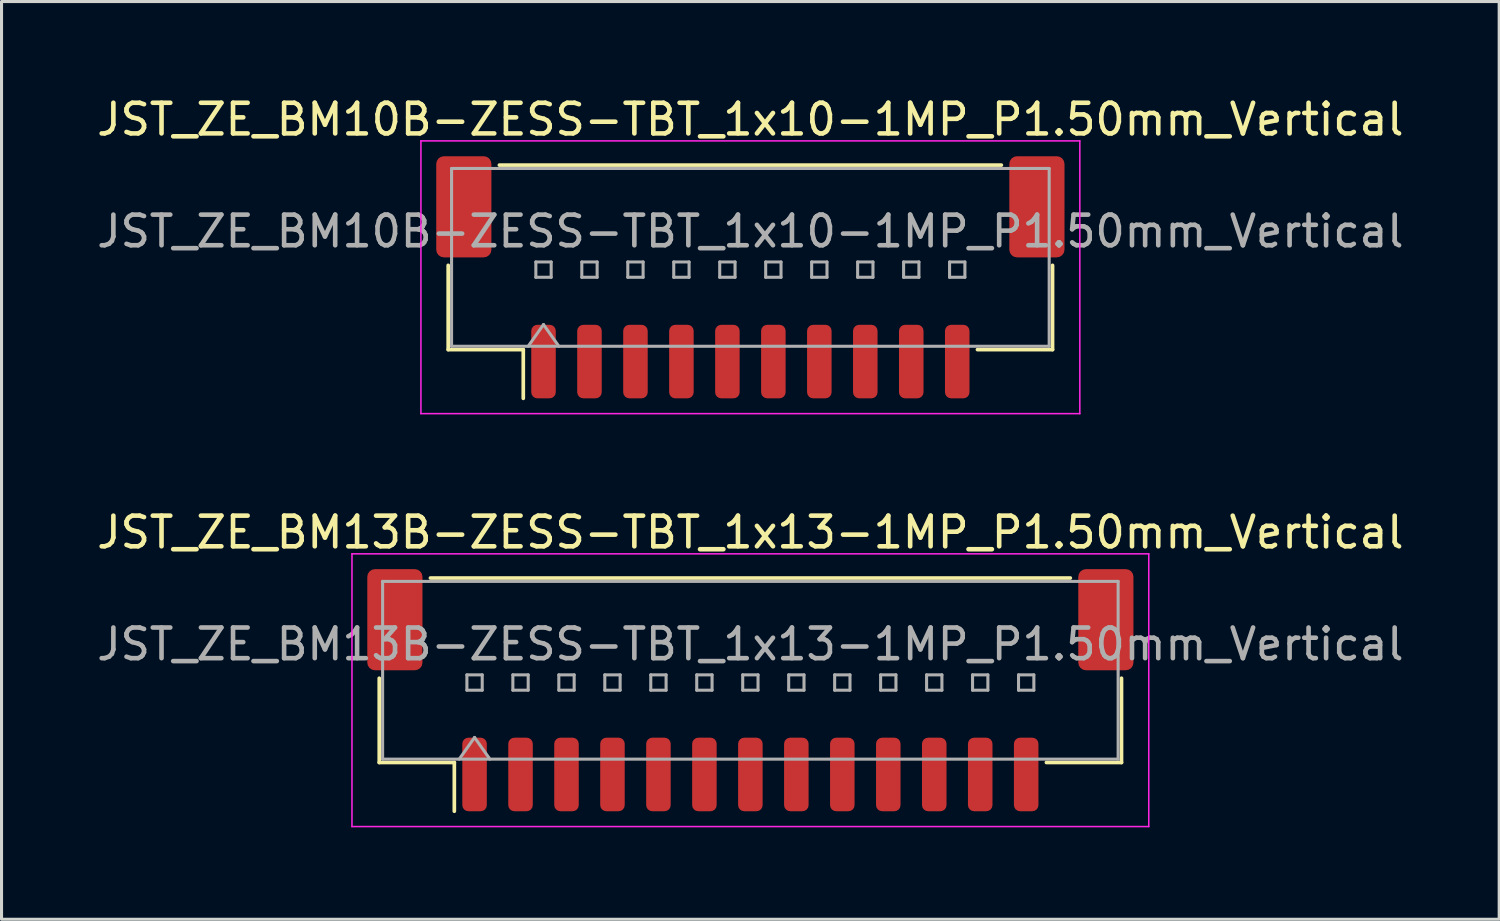
<source format=kicad_pcb>
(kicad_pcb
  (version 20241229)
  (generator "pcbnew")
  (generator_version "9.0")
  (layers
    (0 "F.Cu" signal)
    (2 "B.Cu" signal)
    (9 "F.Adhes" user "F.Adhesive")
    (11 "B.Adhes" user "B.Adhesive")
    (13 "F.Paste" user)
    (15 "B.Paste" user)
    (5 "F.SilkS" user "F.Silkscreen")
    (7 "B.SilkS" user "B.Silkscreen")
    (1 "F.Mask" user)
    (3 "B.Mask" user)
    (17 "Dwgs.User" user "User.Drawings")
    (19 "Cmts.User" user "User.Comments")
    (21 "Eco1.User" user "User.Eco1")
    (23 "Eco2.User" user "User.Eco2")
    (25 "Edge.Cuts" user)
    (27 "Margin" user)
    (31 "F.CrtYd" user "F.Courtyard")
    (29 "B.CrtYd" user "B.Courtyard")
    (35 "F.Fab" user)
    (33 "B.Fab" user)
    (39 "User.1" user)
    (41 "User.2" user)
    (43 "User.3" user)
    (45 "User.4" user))
  (footprint "JST_ZE_BM10B-ZESS-TBT_1x10-1MP_P1.50mm_Vertical"
    (layer "F.Cu")
    (at 21.435 5.998)
    (property "Reference" "JST_ZE_BM10B-ZESS-TBT_1x10-1MP_P1.50mm_Vertical" (at 0 -5.15 0) (layer "F.SilkS") (effects (font (size 1 1) (thickness 0.15))))
    (attr smd)
    (fp_line (start -9.86 -0.39) (end -9.86 2.36) (stroke (width 0.12) (type solid)) (layer "F.SilkS"))
    (fp_line (start -9.86 2.36) (end -7.41 2.36) (stroke (width 0.12) (type solid)) (layer "F.SilkS"))
    (fp_line (start -8.19 -3.66) (end 8.19 -3.66) (stroke (width 0.12) (type solid)) (layer "F.SilkS"))
    (fp_line (start -7.41 2.36) (end -7.41 3.95) (stroke (width 0.12) (type solid)) (layer "F.SilkS"))
    (fp_line (start 9.86 -0.39) (end 9.86 2.36) (stroke (width 0.12) (type solid)) (layer "F.SilkS"))
    (fp_line (start 9.86 2.36) (end 7.41 2.36) (stroke (width 0.12) (type solid)) (layer "F.SilkS"))
    (fp_line (start -10.75 -4.45) (end -10.75 4.45) (stroke (width 0.05) (type solid)) (layer "F.CrtYd"))
    (fp_line (start -10.75 4.45) (end 10.75 4.45) (stroke (width 0.05) (type solid)) (layer "F.CrtYd"))
    (fp_line (start 10.75 -4.45) (end -10.75 -4.45) (stroke (width 0.05) (type solid)) (layer "F.CrtYd"))
    (fp_line (start 10.75 4.45) (end 10.75 -4.45) (stroke (width 0.05) (type solid)) (layer "F.CrtYd"))
    (fp_line (start -9.75 -3.55) (end 9.75 -3.55) (stroke (width 0.1) (type solid)) (layer "F.Fab"))
    (fp_line (start -9.75 2.25) (end -9.75 -3.55) (stroke (width 0.1) (type solid)) (layer "F.Fab"))
    (fp_line (start -9.75 2.25) (end 9.75 2.25) (stroke (width 0.1) (type solid)) (layer "F.Fab"))
    (fp_line (start -7.25 2.25) (end -6.75 1.543) (stroke (width 0.1) (type solid)) (layer "F.Fab"))
    (fp_line (start -7 -0.5) (end -7 0) (stroke (width 0.1) (type solid)) (layer "F.Fab"))
    (fp_line (start -7 0) (end -6.5 0) (stroke (width 0.1) (type solid)) (layer "F.Fab"))
    (fp_line (start -6.75 1.543) (end -6.25 2.25) (stroke (width 0.1) (type solid)) (layer "F.Fab"))
    (fp_line (start -6.5 -0.5) (end -7 -0.5) (stroke (width 0.1) (type solid)) (layer "F.Fab"))
    (fp_line (start -6.5 0) (end -6.5 -0.5) (stroke (width 0.1) (type solid)) (layer "F.Fab"))
    (fp_line (start -5.5 -0.5) (end -5.5 0) (stroke (width 0.1) (type solid)) (layer "F.Fab"))
    (fp_line (start -5.5 0) (end -5 0) (stroke (width 0.1) (type solid)) (layer "F.Fab"))
    (fp_line (start -5 -0.5) (end -5.5 -0.5) (stroke (width 0.1) (type solid)) (layer "F.Fab"))
    (fp_line (start -5 0) (end -5 -0.5) (stroke (width 0.1) (type solid)) (layer "F.Fab"))
    (fp_line (start -4 -0.5) (end -4 0) (stroke (width 0.1) (type solid)) (layer "F.Fab"))
    (fp_line (start -4 0) (end -3.5 0) (stroke (width 0.1) (type solid)) (layer "F.Fab"))
    (fp_line (start -3.5 -0.5) (end -4 -0.5) (stroke (width 0.1) (type solid)) (layer "F.Fab"))
    (fp_line (start -3.5 0) (end -3.5 -0.5) (stroke (width 0.1) (type solid)) (layer "F.Fab"))
    (fp_line (start -2.5 -0.5) (end -2.5 0) (stroke (width 0.1) (type solid)) (layer "F.Fab"))
    (fp_line (start -2.5 0) (end -2 0) (stroke (width 0.1) (type solid)) (layer "F.Fab"))
    (fp_line (start -2 -0.5) (end -2.5 -0.5) (stroke (width 0.1) (type solid)) (layer "F.Fab"))
    (fp_line (start -2 0) (end -2 -0.5) (stroke (width 0.1) (type solid)) (layer "F.Fab"))
    (fp_line (start -1 -0.5) (end -1 0) (stroke (width 0.1) (type solid)) (layer "F.Fab"))
    (fp_line (start -1 0) (end -0.5 0) (stroke (width 0.1) (type solid)) (layer "F.Fab"))
    (fp_line (start -0.5 -0.5) (end -1 -0.5) (stroke (width 0.1) (type solid)) (layer "F.Fab"))
    (fp_line (start -0.5 0) (end -0.5 -0.5) (stroke (width 0.1) (type solid)) (layer "F.Fab"))
    (fp_line (start 0.5 -0.5) (end 0.5 0) (stroke (width 0.1) (type solid)) (layer "F.Fab"))
    (fp_line (start 0.5 0) (end 1 0) (stroke (width 0.1) (type solid)) (layer "F.Fab"))
    (fp_line (start 1 -0.5) (end 0.5 -0.5) (stroke (width 0.1) (type solid)) (layer "F.Fab"))
    (fp_line (start 1 0) (end 1 -0.5) (stroke (width 0.1) (type solid)) (layer "F.Fab"))
    (fp_line (start 2 -0.5) (end 2 0) (stroke (width 0.1) (type solid)) (layer "F.Fab"))
    (fp_line (start 2 0) (end 2.5 0) (stroke (width 0.1) (type solid)) (layer "F.Fab"))
    (fp_line (start 2.5 -0.5) (end 2 -0.5) (stroke (width 0.1) (type solid)) (layer "F.Fab"))
    (fp_line (start 2.5 0) (end 2.5 -0.5) (stroke (width 0.1) (type solid)) (layer "F.Fab"))
    (fp_line (start 3.5 -0.5) (end 3.5 0) (stroke (width 0.1) (type solid)) (layer "F.Fab"))
    (fp_line (start 3.5 0) (end 4 0) (stroke (width 0.1) (type solid)) (layer "F.Fab"))
    (fp_line (start 4 -0.5) (end 3.5 -0.5) (stroke (width 0.1) (type solid)) (layer "F.Fab"))
    (fp_line (start 4 0) (end 4 -0.5) (stroke (width 0.1) (type solid)) (layer "F.Fab"))
    (fp_line (start 5 -0.5) (end 5 0) (stroke (width 0.1) (type solid)) (layer "F.Fab"))
    (fp_line (start 5 0) (end 5.5 0) (stroke (width 0.1) (type solid)) (layer "F.Fab"))
    (fp_line (start 5.5 -0.5) (end 5 -0.5) (stroke (width 0.1) (type solid)) (layer "F.Fab"))
    (fp_line (start 5.5 0) (end 5.5 -0.5) (stroke (width 0.1) (type solid)) (layer "F.Fab"))
    (fp_line (start 6.5 -0.5) (end 6.5 0) (stroke (width 0.1) (type solid)) (layer "F.Fab"))
    (fp_line (start 6.5 0) (end 7 0) (stroke (width 0.1) (type solid)) (layer "F.Fab"))
    (fp_line (start 7 -0.5) (end 6.5 -0.5) (stroke (width 0.1) (type solid)) (layer "F.Fab"))
    (fp_line (start 7 0) (end 7 -0.5) (stroke (width 0.1) (type solid)) (layer "F.Fab"))
    (fp_line (start 9.75 2.25) (end 9.75 -3.55) (stroke (width 0.1) (type solid)) (layer "F.Fab"))
    (fp_text user "${REFERENCE}" (at 0 -1.5 0) (layer "F.Fab") (effects (font (size 1 1) (thickness 0.15))))
    (pad "1" smd roundrect (at -6.75 2.75) (size 0.8 2.4) (layers "F.Cu" "F.Mask" "F.Paste") (roundrect_rratio 0.25))
    (pad "2" smd roundrect (at -5.25 2.75) (size 0.8 2.4) (layers "F.Cu" "F.Mask" "F.Paste") (roundrect_rratio 0.25))
    (pad "3" smd roundrect (at -3.75 2.75) (size 0.8 2.4) (layers "F.Cu" "F.Mask" "F.Paste") (roundrect_rratio 0.25))
    (pad "4" smd roundrect (at -2.25 2.75) (size 0.8 2.4) (layers "F.Cu" "F.Mask" "F.Paste") (roundrect_rratio 0.25))
    (pad "5" smd roundrect (at -0.75 2.75) (size 0.8 2.4) (layers "F.Cu" "F.Mask" "F.Paste") (roundrect_rratio 0.25))
    (pad "6" smd roundrect (at 0.75 2.75) (size 0.8 2.4) (layers "F.Cu" "F.Mask" "F.Paste") (roundrect_rratio 0.25))
    (pad "7" smd roundrect (at 2.25 2.75) (size 0.8 2.4) (layers "F.Cu" "F.Mask" "F.Paste") (roundrect_rratio 0.25))
    (pad "8" smd roundrect (at 3.75 2.75) (size 0.8 2.4) (layers "F.Cu" "F.Mask" "F.Paste") (roundrect_rratio 0.25))
    (pad "9" smd roundrect (at 5.25 2.75) (size 0.8 2.4) (layers "F.Cu" "F.Mask" "F.Paste") (roundrect_rratio 0.25))
    (pad "10" smd roundrect (at 6.75 2.75) (size 0.8 2.4) (layers "F.Cu" "F.Mask" "F.Paste") (roundrect_rratio 0.25))
    (pad "MP" smd roundrect (at -9.35 -2.3) (size 1.8 3.3) (layers "F.Cu" "F.Mask" "F.Paste") (roundrect_rratio 0.139))
    (pad "MP" smd roundrect (at 9.35 -2.3) (size 1.8 3.3) (layers "F.Cu" "F.Mask" "F.Paste") (roundrect_rratio 0.139)))
  (footprint "JST_ZE_BM13B-ZESS-TBT_1x13-1MP_P1.50mm_Vertical"
    (layer "F.Cu")
    (at 21.435 19.471)
    (property "Reference" "JST_ZE_BM13B-ZESS-TBT_1x13-1MP_P1.50mm_Vertical" (at 0 -5.15 0) (layer "F.SilkS") (effects (font (size 1 1) (thickness 0.15))))
    (attr smd)
    (fp_line (start -12.11 -0.39) (end -12.11 2.36) (stroke (width 0.12) (type solid)) (layer "F.SilkS"))
    (fp_line (start -12.11 2.36) (end -9.66 2.36) (stroke (width 0.12) (type solid)) (layer "F.SilkS"))
    (fp_line (start -10.44 -3.66) (end 10.44 -3.66) (stroke (width 0.12) (type solid)) (layer "F.SilkS"))
    (fp_line (start -9.66 2.36) (end -9.66 3.95) (stroke (width 0.12) (type solid)) (layer "F.SilkS"))
    (fp_line (start 12.11 -0.39) (end 12.11 2.36) (stroke (width 0.12) (type solid)) (layer "F.SilkS"))
    (fp_line (start 12.11 2.36) (end 9.66 2.36) (stroke (width 0.12) (type solid)) (layer "F.SilkS"))
    (fp_line (start -13 -4.45) (end -13 4.45) (stroke (width 0.05) (type solid)) (layer "F.CrtYd"))
    (fp_line (start -13 4.45) (end 13 4.45) (stroke (width 0.05) (type solid)) (layer "F.CrtYd"))
    (fp_line (start 13 -4.45) (end -13 -4.45) (stroke (width 0.05) (type solid)) (layer "F.CrtYd"))
    (fp_line (start 13 4.45) (end 13 -4.45) (stroke (width 0.05) (type solid)) (layer "F.CrtYd"))
    (fp_line (start -12 -3.55) (end 12 -3.55) (stroke (width 0.1) (type solid)) (layer "F.Fab"))
    (fp_line (start -12 2.25) (end -12 -3.55) (stroke (width 0.1) (type solid)) (layer "F.Fab"))
    (fp_line (start -12 2.25) (end 12 2.25) (stroke (width 0.1) (type solid)) (layer "F.Fab"))
    (fp_line (start -9.5 2.25) (end -9 1.543) (stroke (width 0.1) (type solid)) (layer "F.Fab"))
    (fp_line (start -9.25 -0.5) (end -9.25 0) (stroke (width 0.1) (type solid)) (layer "F.Fab"))
    (fp_line (start -9.25 0) (end -8.75 0) (stroke (width 0.1) (type solid)) (layer "F.Fab"))
    (fp_line (start -9 1.543) (end -8.5 2.25) (stroke (width 0.1) (type solid)) (layer "F.Fab"))
    (fp_line (start -8.75 -0.5) (end -9.25 -0.5) (stroke (width 0.1) (type solid)) (layer "F.Fab"))
    (fp_line (start -8.75 0) (end -8.75 -0.5) (stroke (width 0.1) (type solid)) (layer "F.Fab"))
    (fp_line (start -7.75 -0.5) (end -7.75 0) (stroke (width 0.1) (type solid)) (layer "F.Fab"))
    (fp_line (start -7.75 0) (end -7.25 0) (stroke (width 0.1) (type solid)) (layer "F.Fab"))
    (fp_line (start -7.25 -0.5) (end -7.75 -0.5) (stroke (width 0.1) (type solid)) (layer "F.Fab"))
    (fp_line (start -7.25 0) (end -7.25 -0.5) (stroke (width 0.1) (type solid)) (layer "F.Fab"))
    (fp_line (start -6.25 -0.5) (end -6.25 0) (stroke (width 0.1) (type solid)) (layer "F.Fab"))
    (fp_line (start -6.25 0) (end -5.75 0) (stroke (width 0.1) (type solid)) (layer "F.Fab"))
    (fp_line (start -5.75 -0.5) (end -6.25 -0.5) (stroke (width 0.1) (type solid)) (layer "F.Fab"))
    (fp_line (start -5.75 0) (end -5.75 -0.5) (stroke (width 0.1) (type solid)) (layer "F.Fab"))
    (fp_line (start -4.75 -0.5) (end -4.75 0) (stroke (width 0.1) (type solid)) (layer "F.Fab"))
    (fp_line (start -4.75 0) (end -4.25 0) (stroke (width 0.1) (type solid)) (layer "F.Fab"))
    (fp_line (start -4.25 -0.5) (end -4.75 -0.5) (stroke (width 0.1) (type solid)) (layer "F.Fab"))
    (fp_line (start -4.25 0) (end -4.25 -0.5) (stroke (width 0.1) (type solid)) (layer "F.Fab"))
    (fp_line (start -3.25 -0.5) (end -3.25 0) (stroke (width 0.1) (type solid)) (layer "F.Fab"))
    (fp_line (start -3.25 0) (end -2.75 0) (stroke (width 0.1) (type solid)) (layer "F.Fab"))
    (fp_line (start -2.75 -0.5) (end -3.25 -0.5) (stroke (width 0.1) (type solid)) (layer "F.Fab"))
    (fp_line (start -2.75 0) (end -2.75 -0.5) (stroke (width 0.1) (type solid)) (layer "F.Fab"))
    (fp_line (start -1.75 -0.5) (end -1.75 0) (stroke (width 0.1) (type solid)) (layer "F.Fab"))
    (fp_line (start -1.75 0) (end -1.25 0) (stroke (width 0.1) (type solid)) (layer "F.Fab"))
    (fp_line (start -1.25 -0.5) (end -1.75 -0.5) (stroke (width 0.1) (type solid)) (layer "F.Fab"))
    (fp_line (start -1.25 0) (end -1.25 -0.5) (stroke (width 0.1) (type solid)) (layer "F.Fab"))
    (fp_line (start -0.25 -0.5) (end -0.25 0) (stroke (width 0.1) (type solid)) (layer "F.Fab"))
    (fp_line (start -0.25 0) (end 0.25 0) (stroke (width 0.1) (type solid)) (layer "F.Fab"))
    (fp_line (start 0.25 -0.5) (end -0.25 -0.5) (stroke (width 0.1) (type solid)) (layer "F.Fab"))
    (fp_line (start 0.25 0) (end 0.25 -0.5) (stroke (width 0.1) (type solid)) (layer "F.Fab"))
    (fp_line (start 1.25 -0.5) (end 1.25 0) (stroke (width 0.1) (type solid)) (layer "F.Fab"))
    (fp_line (start 1.25 0) (end 1.75 0) (stroke (width 0.1) (type solid)) (layer "F.Fab"))
    (fp_line (start 1.75 -0.5) (end 1.25 -0.5) (stroke (width 0.1) (type solid)) (layer "F.Fab"))
    (fp_line (start 1.75 0) (end 1.75 -0.5) (stroke (width 0.1) (type solid)) (layer "F.Fab"))
    (fp_line (start 2.75 -0.5) (end 2.75 0) (stroke (width 0.1) (type solid)) (layer "F.Fab"))
    (fp_line (start 2.75 0) (end 3.25 0) (stroke (width 0.1) (type solid)) (layer "F.Fab"))
    (fp_line (start 3.25 -0.5) (end 2.75 -0.5) (stroke (width 0.1) (type solid)) (layer "F.Fab"))
    (fp_line (start 3.25 0) (end 3.25 -0.5) (stroke (width 0.1) (type solid)) (layer "F.Fab"))
    (fp_line (start 4.25 -0.5) (end 4.25 0) (stroke (width 0.1) (type solid)) (layer "F.Fab"))
    (fp_line (start 4.25 0) (end 4.75 0) (stroke (width 0.1) (type solid)) (layer "F.Fab"))
    (fp_line (start 4.75 -0.5) (end 4.25 -0.5) (stroke (width 0.1) (type solid)) (layer "F.Fab"))
    (fp_line (start 4.75 0) (end 4.75 -0.5) (stroke (width 0.1) (type solid)) (layer "F.Fab"))
    (fp_line (start 5.75 -0.5) (end 5.75 0) (stroke (width 0.1) (type solid)) (layer "F.Fab"))
    (fp_line (start 5.75 0) (end 6.25 0) (stroke (width 0.1) (type solid)) (layer "F.Fab"))
    (fp_line (start 6.25 -0.5) (end 5.75 -0.5) (stroke (width 0.1) (type solid)) (layer "F.Fab"))
    (fp_line (start 6.25 0) (end 6.25 -0.5) (stroke (width 0.1) (type solid)) (layer "F.Fab"))
    (fp_line (start 7.25 -0.5) (end 7.25 0) (stroke (width 0.1) (type solid)) (layer "F.Fab"))
    (fp_line (start 7.25 0) (end 7.75 0) (stroke (width 0.1) (type solid)) (layer "F.Fab"))
    (fp_line (start 7.75 -0.5) (end 7.25 -0.5) (stroke (width 0.1) (type solid)) (layer "F.Fab"))
    (fp_line (start 7.75 0) (end 7.75 -0.5) (stroke (width 0.1) (type solid)) (layer "F.Fab"))
    (fp_line (start 8.75 -0.5) (end 8.75 0) (stroke (width 0.1) (type solid)) (layer "F.Fab"))
    (fp_line (start 8.75 0) (end 9.25 0) (stroke (width 0.1) (type solid)) (layer "F.Fab"))
    (fp_line (start 9.25 -0.5) (end 8.75 -0.5) (stroke (width 0.1) (type solid)) (layer "F.Fab"))
    (fp_line (start 9.25 0) (end 9.25 -0.5) (stroke (width 0.1) (type solid)) (layer "F.Fab"))
    (fp_line (start 12 2.25) (end 12 -3.55) (stroke (width 0.1) (type solid)) (layer "F.Fab"))
    (fp_text user "${REFERENCE}" (at 0 -1.5 0) (layer "F.Fab") (effects (font (size 1 1) (thickness 0.15))))
    (pad "1" smd roundrect (at -9 2.75) (size 0.8 2.4) (layers "F.Cu" "F.Mask" "F.Paste") (roundrect_rratio 0.25))
    (pad "2" smd roundrect (at -7.5 2.75) (size 0.8 2.4) (layers "F.Cu" "F.Mask" "F.Paste") (roundrect_rratio 0.25))
    (pad "3" smd roundrect (at -6 2.75) (size 0.8 2.4) (layers "F.Cu" "F.Mask" "F.Paste") (roundrect_rratio 0.25))
    (pad "4" smd roundrect (at -4.5 2.75) (size 0.8 2.4) (layers "F.Cu" "F.Mask" "F.Paste") (roundrect_rratio 0.25))
    (pad "5" smd roundrect (at -3 2.75) (size 0.8 2.4) (layers "F.Cu" "F.Mask" "F.Paste") (roundrect_rratio 0.25))
    (pad "6" smd roundrect (at -1.5 2.75) (size 0.8 2.4) (layers "F.Cu" "F.Mask" "F.Paste") (roundrect_rratio 0.25))
    (pad "7" smd roundrect (at 0 2.75) (size 0.8 2.4) (layers "F.Cu" "F.Mask" "F.Paste") (roundrect_rratio 0.25))
    (pad "8" smd roundrect (at 1.5 2.75) (size 0.8 2.4) (layers "F.Cu" "F.Mask" "F.Paste") (roundrect_rratio 0.25))
    (pad "9" smd roundrect (at 3 2.75) (size 0.8 2.4) (layers "F.Cu" "F.Mask" "F.Paste") (roundrect_rratio 0.25))
    (pad "10" smd roundrect (at 4.5 2.75) (size 0.8 2.4) (layers "F.Cu" "F.Mask" "F.Paste") (roundrect_rratio 0.25))
    (pad "11" smd roundrect (at 6 2.75) (size 0.8 2.4) (layers "F.Cu" "F.Mask" "F.Paste") (roundrect_rratio 0.25))
    (pad "12" smd roundrect (at 7.5 2.75) (size 0.8 2.4) (layers "F.Cu" "F.Mask" "F.Paste") (roundrect_rratio 0.25))
    (pad "13" smd roundrect (at 9 2.75) (size 0.8 2.4) (layers "F.Cu" "F.Mask" "F.Paste") (roundrect_rratio 0.25))
    (pad "MP" smd roundrect (at -11.6 -2.3) (size 1.8 3.3) (layers "F.Cu" "F.Mask" "F.Paste") (roundrect_rratio 0.139))
    (pad "MP" smd roundrect (at 11.6 -2.3) (size 1.8 3.3) (layers "F.Cu" "F.Mask" "F.Paste") (roundrect_rratio 0.139)))
  (gr_rect
    (start -3 -3)
    (end 45.869 26.947)
    (stroke (width 0.1) (type default))
    (fill no)
    (layer "Edge.Cuts")))
</source>
